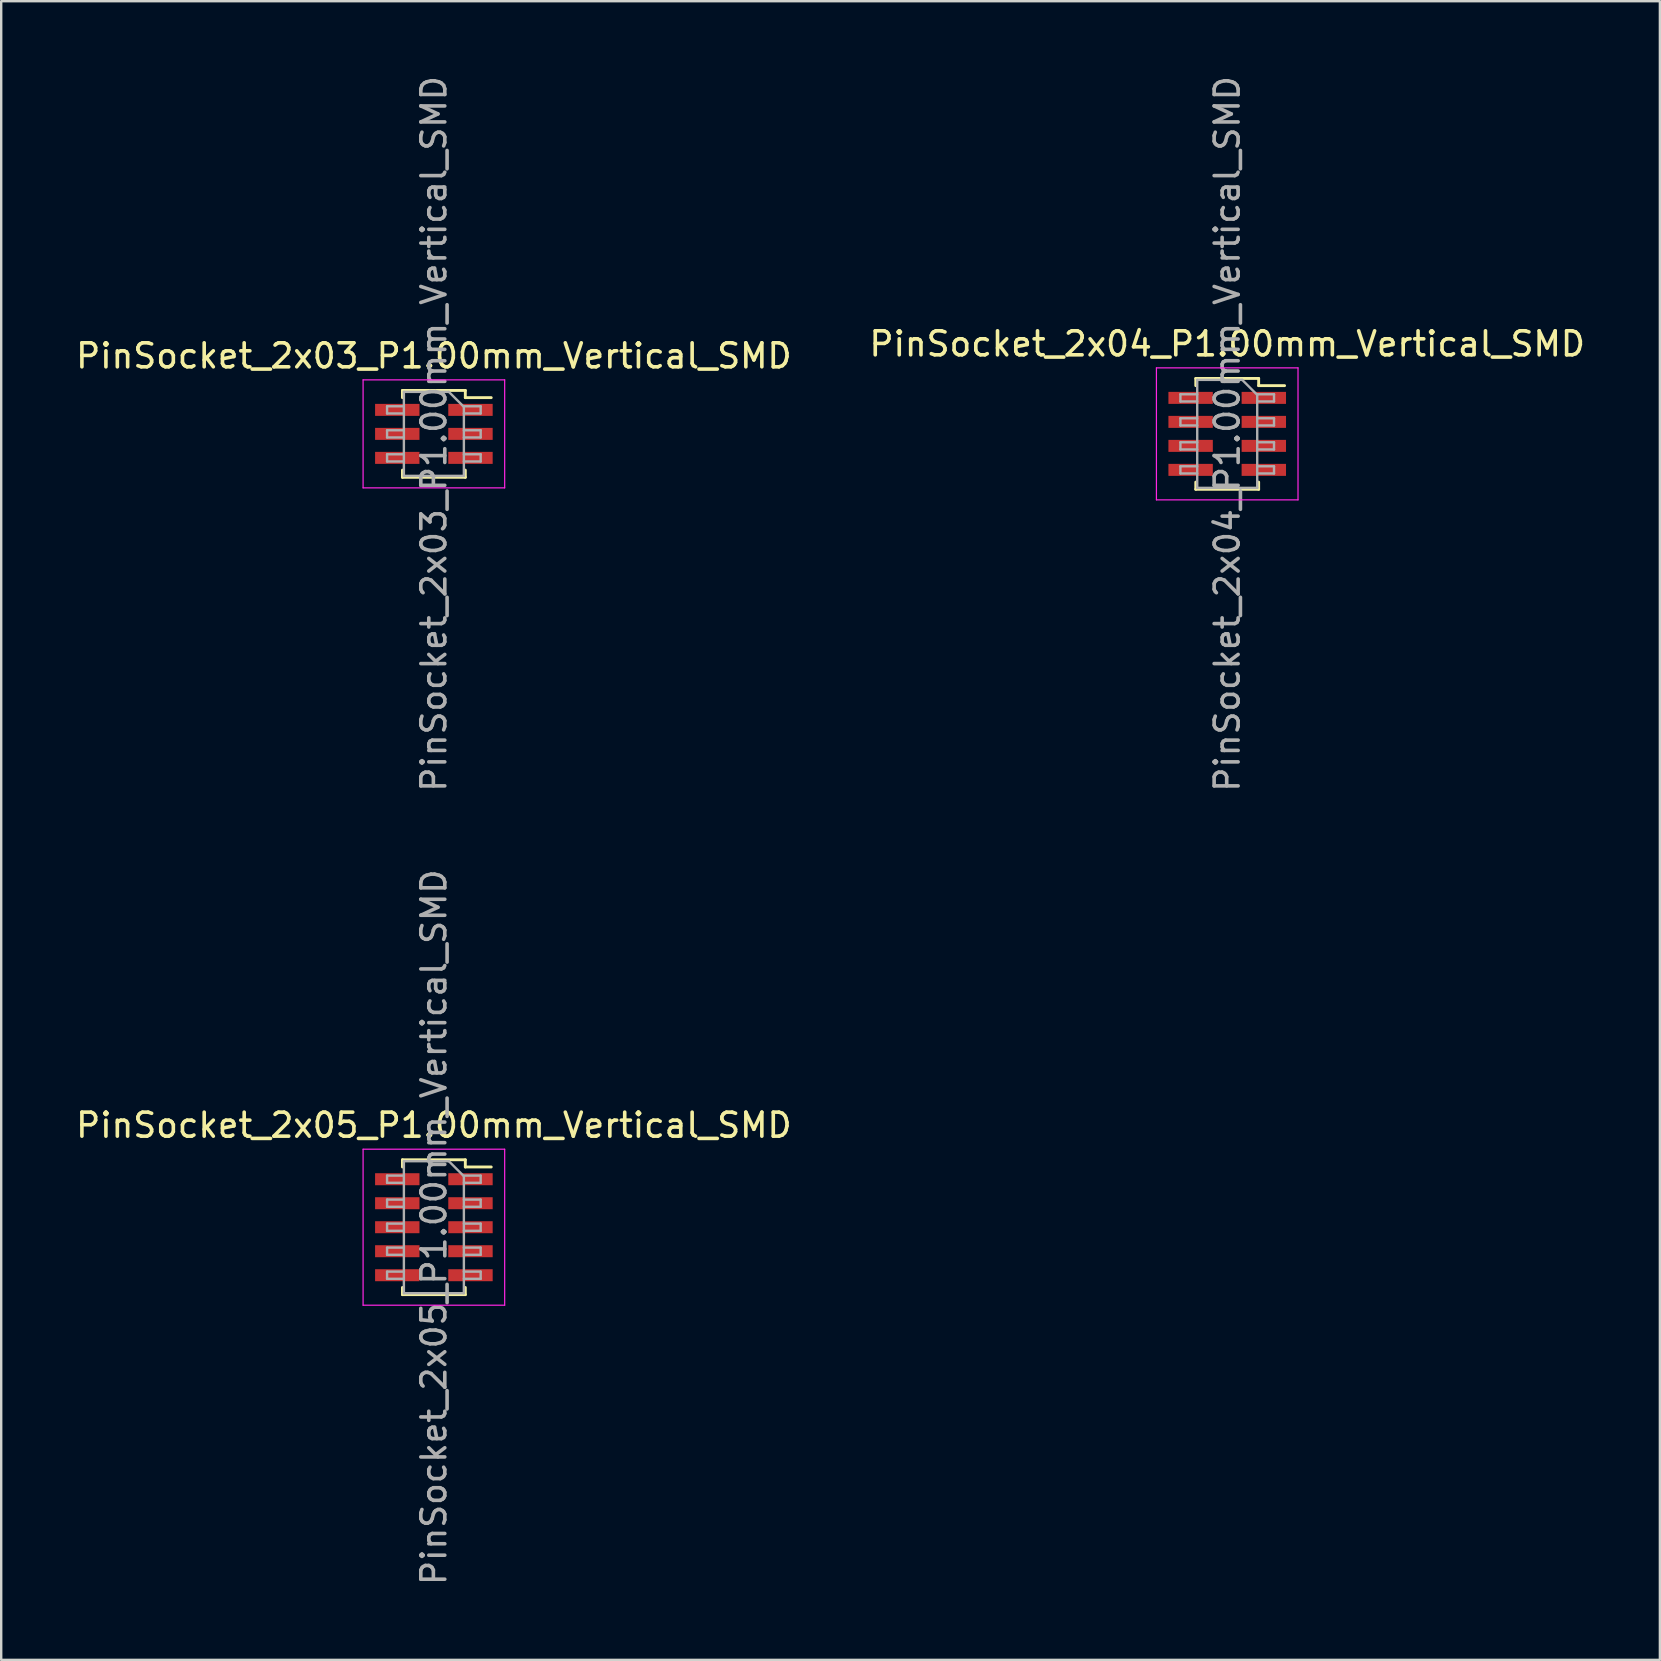
<source format=kicad_pcb>
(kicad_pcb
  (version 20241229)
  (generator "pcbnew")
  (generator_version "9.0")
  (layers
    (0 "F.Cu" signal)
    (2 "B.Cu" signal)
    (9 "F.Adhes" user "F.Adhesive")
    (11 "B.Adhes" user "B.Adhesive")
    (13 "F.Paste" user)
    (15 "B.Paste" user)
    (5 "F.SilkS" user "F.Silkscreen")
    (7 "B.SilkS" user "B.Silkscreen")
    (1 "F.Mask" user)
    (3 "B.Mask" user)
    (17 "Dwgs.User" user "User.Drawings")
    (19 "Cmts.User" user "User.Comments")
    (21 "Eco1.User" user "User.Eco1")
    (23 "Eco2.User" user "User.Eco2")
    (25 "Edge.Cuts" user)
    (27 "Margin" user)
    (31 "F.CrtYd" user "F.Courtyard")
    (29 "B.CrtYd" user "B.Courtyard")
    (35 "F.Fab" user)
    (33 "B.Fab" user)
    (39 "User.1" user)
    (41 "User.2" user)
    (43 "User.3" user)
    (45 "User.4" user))
  (footprint "PinSocket_2x05_P1.00mm_Vertical_SMD"
    (layer "F.Cu")
    (at 15.03 48.089)
    (property "Reference" "PinSocket_2x05_P1.00mm_Vertical_SMD" (at 0 -4.25 0) (layer "F.SilkS") (effects (font (size 1 1) (thickness 0.15))))
    (attr smd)
    (fp_line (start -1.31 -2.81) (end -1.31 -2.51) (stroke (width 0.12) (type solid)) (layer "F.SilkS"))
    (fp_line (start -1.31 -2.81) (end 1.31 -2.81) (stroke (width 0.12) (type solid)) (layer "F.SilkS"))
    (fp_line (start -1.31 2.51) (end -1.31 2.81) (stroke (width 0.12) (type solid)) (layer "F.SilkS"))
    (fp_line (start -1.31 2.81) (end 1.31 2.81) (stroke (width 0.12) (type solid)) (layer "F.SilkS"))
    (fp_line (start 1.31 -2.81) (end 1.31 -2.51) (stroke (width 0.12) (type solid)) (layer "F.SilkS"))
    (fp_line (start 1.31 -2.51) (end 2.39 -2.51) (stroke (width 0.12) (type solid)) (layer "F.SilkS"))
    (fp_line (start 1.31 2.51) (end 1.31 2.81) (stroke (width 0.12) (type solid)) (layer "F.SilkS"))
    (fp_line (start -2.95 -3.25) (end 2.95 -3.25) (stroke (width 0.05) (type solid)) (layer "F.CrtYd"))
    (fp_line (start -2.95 3.25) (end -2.95 -3.25) (stroke (width 0.05) (type solid)) (layer "F.CrtYd"))
    (fp_line (start 2.95 -3.25) (end 2.95 3.25) (stroke (width 0.05) (type solid)) (layer "F.CrtYd"))
    (fp_line (start 2.95 3.25) (end -2.95 3.25) (stroke (width 0.05) (type solid)) (layer "F.CrtYd"))
    (fp_line (start -1.95 -2.15) (end -1.25 -2.15) (stroke (width 0.1) (type solid)) (layer "F.Fab"))
    (fp_line (start -1.95 -1.85) (end -1.95 -2.15) (stroke (width 0.1) (type solid)) (layer "F.Fab"))
    (fp_line (start -1.95 -1.15) (end -1.25 -1.15) (stroke (width 0.1) (type solid)) (layer "F.Fab"))
    (fp_line (start -1.95 -0.85) (end -1.95 -1.15) (stroke (width 0.1) (type solid)) (layer "F.Fab"))
    (fp_line (start -1.95 -0.15) (end -1.25 -0.15) (stroke (width 0.1) (type solid)) (layer "F.Fab"))
    (fp_line (start -1.95 0.15) (end -1.95 -0.15) (stroke (width 0.1) (type solid)) (layer "F.Fab"))
    (fp_line (start -1.95 0.85) (end -1.25 0.85) (stroke (width 0.1) (type solid)) (layer "F.Fab"))
    (fp_line (start -1.95 1.15) (end -1.95 0.85) (stroke (width 0.1) (type solid)) (layer "F.Fab"))
    (fp_line (start -1.95 1.85) (end -1.25 1.85) (stroke (width 0.1) (type solid)) (layer "F.Fab"))
    (fp_line (start -1.95 2.15) (end -1.95 1.85) (stroke (width 0.1) (type solid)) (layer "F.Fab"))
    (fp_line (start -1.25 -2.75) (end 0.625 -2.75) (stroke (width 0.1) (type solid)) (layer "F.Fab"))
    (fp_line (start -1.25 -1.85) (end -1.95 -1.85) (stroke (width 0.1) (type solid)) (layer "F.Fab"))
    (fp_line (start -1.25 -0.85) (end -1.95 -0.85) (stroke (width 0.1) (type solid)) (layer "F.Fab"))
    (fp_line (start -1.25 0.15) (end -1.95 0.15) (stroke (width 0.1) (type solid)) (layer "F.Fab"))
    (fp_line (start -1.25 1.15) (end -1.95 1.15) (stroke (width 0.1) (type solid)) (layer "F.Fab"))
    (fp_line (start -1.25 2.15) (end -1.95 2.15) (stroke (width 0.1) (type solid)) (layer "F.Fab"))
    (fp_line (start -1.25 2.75) (end -1.25 -2.75) (stroke (width 0.1) (type solid)) (layer "F.Fab"))
    (fp_line (start 0.625 -2.75) (end 1.25 -2.125) (stroke (width 0.1) (type solid)) (layer "F.Fab"))
    (fp_line (start 1.25 -2.15) (end 1.95 -2.15) (stroke (width 0.1) (type solid)) (layer "F.Fab"))
    (fp_line (start 1.25 -2.125) (end 1.25 2.75) (stroke (width 0.1) (type solid)) (layer "F.Fab"))
    (fp_line (start 1.25 -1.15) (end 1.95 -1.15) (stroke (width 0.1) (type solid)) (layer "F.Fab"))
    (fp_line (start 1.25 -0.15) (end 1.95 -0.15) (stroke (width 0.1) (type solid)) (layer "F.Fab"))
    (fp_line (start 1.25 0.85) (end 1.95 0.85) (stroke (width 0.1) (type solid)) (layer "F.Fab"))
    (fp_line (start 1.25 1.85) (end 1.95 1.85) (stroke (width 0.1) (type solid)) (layer "F.Fab"))
    (fp_line (start 1.25 2.75) (end -1.25 2.75) (stroke (width 0.1) (type solid)) (layer "F.Fab"))
    (fp_line (start 1.95 -2.15) (end 1.95 -1.85) (stroke (width 0.1) (type solid)) (layer "F.Fab"))
    (fp_line (start 1.95 -1.85) (end 1.25 -1.85) (stroke (width 0.1) (type solid)) (layer "F.Fab"))
    (fp_line (start 1.95 -1.15) (end 1.95 -0.85) (stroke (width 0.1) (type solid)) (layer "F.Fab"))
    (fp_line (start 1.95 -0.85) (end 1.25 -0.85) (stroke (width 0.1) (type solid)) (layer "F.Fab"))
    (fp_line (start 1.95 -0.15) (end 1.95 0.15) (stroke (width 0.1) (type solid)) (layer "F.Fab"))
    (fp_line (start 1.95 0.15) (end 1.25 0.15) (stroke (width 0.1) (type solid)) (layer "F.Fab"))
    (fp_line (start 1.95 0.85) (end 1.95 1.15) (stroke (width 0.1) (type solid)) (layer "F.Fab"))
    (fp_line (start 1.95 1.15) (end 1.25 1.15) (stroke (width 0.1) (type solid)) (layer "F.Fab"))
    (fp_line (start 1.95 1.85) (end 1.95 2.15) (stroke (width 0.1) (type solid)) (layer "F.Fab"))
    (fp_line (start 1.95 2.15) (end 1.25 2.15) (stroke (width 0.1) (type solid)) (layer "F.Fab"))
    (fp_text user "${REFERENCE}" (at 0 0 90) (layer "F.Fab") (effects (font (size 1 1) (thickness 0.15))))
    (pad "1" smd rect (at 1.525 -2) (size 1.85 0.5) (layers "F.Cu" "F.Mask" "F.Paste"))
    (pad "2" smd rect (at -1.525 -2) (size 1.85 0.5) (layers "F.Cu" "F.Mask" "F.Paste"))
    (pad "3" smd rect (at 1.525 -1) (size 1.85 0.5) (layers "F.Cu" "F.Mask" "F.Paste"))
    (pad "4" smd rect (at -1.525 -1) (size 1.85 0.5) (layers "F.Cu" "F.Mask" "F.Paste"))
    (pad "5" smd rect (at 1.525 0) (size 1.85 0.5) (layers "F.Cu" "F.Mask" "F.Paste"))
    (pad "6" smd rect (at -1.525 0) (size 1.85 0.5) (layers "F.Cu" "F.Mask" "F.Paste"))
    (pad "7" smd rect (at 1.525 1) (size 1.85 0.5) (layers "F.Cu" "F.Mask" "F.Paste"))
    (pad "8" smd rect (at -1.525 1) (size 1.85 0.5) (layers "F.Cu" "F.Mask" "F.Paste"))
    (pad "9" smd rect (at 1.525 2) (size 1.85 0.5) (layers "F.Cu" "F.Mask" "F.Paste"))
    (pad "10" smd rect (at -1.525 2) (size 1.85 0.5) (layers "F.Cu" "F.Mask" "F.Paste")))
  (footprint "PinSocket_2x03_P1.00mm_Vertical_SMD"
    (layer "F.Cu")
    (at 15.03 15.03)
    (property "Reference" "PinSocket_2x03_P1.00mm_Vertical_SMD" (at 0 -3.25 0) (layer "F.SilkS") (effects (font (size 1 1) (thickness 0.15))))
    (attr smd)
    (fp_line (start -1.31 -1.81) (end -1.31 -1.51) (stroke (width 0.12) (type solid)) (layer "F.SilkS"))
    (fp_line (start -1.31 -1.81) (end 1.31 -1.81) (stroke (width 0.12) (type solid)) (layer "F.SilkS"))
    (fp_line (start -1.31 1.51) (end -1.31 1.81) (stroke (width 0.12) (type solid)) (layer "F.SilkS"))
    (fp_line (start -1.31 1.81) (end 1.31 1.81) (stroke (width 0.12) (type solid)) (layer "F.SilkS"))
    (fp_line (start 1.31 -1.81) (end 1.31 -1.51) (stroke (width 0.12) (type solid)) (layer "F.SilkS"))
    (fp_line (start 1.31 -1.51) (end 2.39 -1.51) (stroke (width 0.12) (type solid)) (layer "F.SilkS"))
    (fp_line (start 1.31 1.51) (end 1.31 1.81) (stroke (width 0.12) (type solid)) (layer "F.SilkS"))
    (fp_line (start -2.95 -2.25) (end 2.95 -2.25) (stroke (width 0.05) (type solid)) (layer "F.CrtYd"))
    (fp_line (start -2.95 2.25) (end -2.95 -2.25) (stroke (width 0.05) (type solid)) (layer "F.CrtYd"))
    (fp_line (start 2.95 -2.25) (end 2.95 2.25) (stroke (width 0.05) (type solid)) (layer "F.CrtYd"))
    (fp_line (start 2.95 2.25) (end -2.95 2.25) (stroke (width 0.05) (type solid)) (layer "F.CrtYd"))
    (fp_line (start -1.95 -1.15) (end -1.25 -1.15) (stroke (width 0.1) (type solid)) (layer "F.Fab"))
    (fp_line (start -1.95 -0.85) (end -1.95 -1.15) (stroke (width 0.1) (type solid)) (layer "F.Fab"))
    (fp_line (start -1.95 -0.15) (end -1.25 -0.15) (stroke (width 0.1) (type solid)) (layer "F.Fab"))
    (fp_line (start -1.95 0.15) (end -1.95 -0.15) (stroke (width 0.1) (type solid)) (layer "F.Fab"))
    (fp_line (start -1.95 0.85) (end -1.25 0.85) (stroke (width 0.1) (type solid)) (layer "F.Fab"))
    (fp_line (start -1.95 1.15) (end -1.95 0.85) (stroke (width 0.1) (type solid)) (layer "F.Fab"))
    (fp_line (start -1.25 -1.75) (end 0.625 -1.75) (stroke (width 0.1) (type solid)) (layer "F.Fab"))
    (fp_line (start -1.25 -0.85) (end -1.95 -0.85) (stroke (width 0.1) (type solid)) (layer "F.Fab"))
    (fp_line (start -1.25 0.15) (end -1.95 0.15) (stroke (width 0.1) (type solid)) (layer "F.Fab"))
    (fp_line (start -1.25 1.15) (end -1.95 1.15) (stroke (width 0.1) (type solid)) (layer "F.Fab"))
    (fp_line (start -1.25 1.75) (end -1.25 -1.75) (stroke (width 0.1) (type solid)) (layer "F.Fab"))
    (fp_line (start 0.625 -1.75) (end 1.25 -1.125) (stroke (width 0.1) (type solid)) (layer "F.Fab"))
    (fp_line (start 1.25 -1.15) (end 1.95 -1.15) (stroke (width 0.1) (type solid)) (layer "F.Fab"))
    (fp_line (start 1.25 -1.125) (end 1.25 1.75) (stroke (width 0.1) (type solid)) (layer "F.Fab"))
    (fp_line (start 1.25 -0.15) (end 1.95 -0.15) (stroke (width 0.1) (type solid)) (layer "F.Fab"))
    (fp_line (start 1.25 0.85) (end 1.95 0.85) (stroke (width 0.1) (type solid)) (layer "F.Fab"))
    (fp_line (start 1.25 1.75) (end -1.25 1.75) (stroke (width 0.1) (type solid)) (layer "F.Fab"))
    (fp_line (start 1.95 -1.15) (end 1.95 -0.85) (stroke (width 0.1) (type solid)) (layer "F.Fab"))
    (fp_line (start 1.95 -0.85) (end 1.25 -0.85) (stroke (width 0.1) (type solid)) (layer "F.Fab"))
    (fp_line (start 1.95 -0.15) (end 1.95 0.15) (stroke (width 0.1) (type solid)) (layer "F.Fab"))
    (fp_line (start 1.95 0.15) (end 1.25 0.15) (stroke (width 0.1) (type solid)) (layer "F.Fab"))
    (fp_line (start 1.95 0.85) (end 1.95 1.15) (stroke (width 0.1) (type solid)) (layer "F.Fab"))
    (fp_line (start 1.95 1.15) (end 1.25 1.15) (stroke (width 0.1) (type solid)) (layer "F.Fab"))
    (fp_text user "${REFERENCE}" (at 0 0 90) (layer "F.Fab") (effects (font (size 1 1) (thickness 0.15))))
    (pad "1" smd rect (at 1.525 -1) (size 1.85 0.5) (layers "F.Cu" "F.Mask" "F.Paste"))
    (pad "2" smd rect (at -1.525 -1) (size 1.85 0.5) (layers "F.Cu" "F.Mask" "F.Paste"))
    (pad "3" smd rect (at 1.525 0) (size 1.85 0.5) (layers "F.Cu" "F.Mask" "F.Paste"))
    (pad "4" smd rect (at -1.525 0) (size 1.85 0.5) (layers "F.Cu" "F.Mask" "F.Paste"))
    (pad "5" smd rect (at 1.525 1) (size 1.85 0.5) (layers "F.Cu" "F.Mask" "F.Paste"))
    (pad "6" smd rect (at -1.525 1) (size 1.85 0.5) (layers "F.Cu" "F.Mask" "F.Paste")))
  (footprint "PinSocket_2x04_P1.00mm_Vertical_SMD"
    (layer "F.Cu")
    (at 48.089 15.03)
    (property "Reference" "PinSocket_2x04_P1.00mm_Vertical_SMD" (at 0 -3.75 0) (layer "F.SilkS") (effects (font (size 1 1) (thickness 0.15))))
    (attr smd)
    (fp_line (start -1.31 -2.31) (end -1.31 -2.01) (stroke (width 0.12) (type solid)) (layer "F.SilkS"))
    (fp_line (start -1.31 -2.31) (end 1.31 -2.31) (stroke (width 0.12) (type solid)) (layer "F.SilkS"))
    (fp_line (start -1.31 2.01) (end -1.31 2.31) (stroke (width 0.12) (type solid)) (layer "F.SilkS"))
    (fp_line (start -1.31 2.31) (end 1.31 2.31) (stroke (width 0.12) (type solid)) (layer "F.SilkS"))
    (fp_line (start 1.31 -2.31) (end 1.31 -2.01) (stroke (width 0.12) (type solid)) (layer "F.SilkS"))
    (fp_line (start 1.31 -2.01) (end 2.39 -2.01) (stroke (width 0.12) (type solid)) (layer "F.SilkS"))
    (fp_line (start 1.31 2.01) (end 1.31 2.31) (stroke (width 0.12) (type solid)) (layer "F.SilkS"))
    (fp_line (start -2.95 -2.75) (end 2.95 -2.75) (stroke (width 0.05) (type solid)) (layer "F.CrtYd"))
    (fp_line (start -2.95 2.75) (end -2.95 -2.75) (stroke (width 0.05) (type solid)) (layer "F.CrtYd"))
    (fp_line (start 2.95 -2.75) (end 2.95 2.75) (stroke (width 0.05) (type solid)) (layer "F.CrtYd"))
    (fp_line (start 2.95 2.75) (end -2.95 2.75) (stroke (width 0.05) (type solid)) (layer "F.CrtYd"))
    (fp_line (start -1.95 -1.65) (end -1.25 -1.65) (stroke (width 0.1) (type solid)) (layer "F.Fab"))
    (fp_line (start -1.95 -1.35) (end -1.95 -1.65) (stroke (width 0.1) (type solid)) (layer "F.Fab"))
    (fp_line (start -1.95 -0.65) (end -1.25 -0.65) (stroke (width 0.1) (type solid)) (layer "F.Fab"))
    (fp_line (start -1.95 -0.35) (end -1.95 -0.65) (stroke (width 0.1) (type solid)) (layer "F.Fab"))
    (fp_line (start -1.95 0.35) (end -1.25 0.35) (stroke (width 0.1) (type solid)) (layer "F.Fab"))
    (fp_line (start -1.95 0.65) (end -1.95 0.35) (stroke (width 0.1) (type solid)) (layer "F.Fab"))
    (fp_line (start -1.95 1.35) (end -1.25 1.35) (stroke (width 0.1) (type solid)) (layer "F.Fab"))
    (fp_line (start -1.95 1.65) (end -1.95 1.35) (stroke (width 0.1) (type solid)) (layer "F.Fab"))
    (fp_line (start -1.25 -2.25) (end 0.625 -2.25) (stroke (width 0.1) (type solid)) (layer "F.Fab"))
    (fp_line (start -1.25 -1.35) (end -1.95 -1.35) (stroke (width 0.1) (type solid)) (layer "F.Fab"))
    (fp_line (start -1.25 -0.35) (end -1.95 -0.35) (stroke (width 0.1) (type solid)) (layer "F.Fab"))
    (fp_line (start -1.25 0.65) (end -1.95 0.65) (stroke (width 0.1) (type solid)) (layer "F.Fab"))
    (fp_line (start -1.25 1.65) (end -1.95 1.65) (stroke (width 0.1) (type solid)) (layer "F.Fab"))
    (fp_line (start -1.25 2.25) (end -1.25 -2.25) (stroke (width 0.1) (type solid)) (layer "F.Fab"))
    (fp_line (start 0.625 -2.25) (end 1.25 -1.625) (stroke (width 0.1) (type solid)) (layer "F.Fab"))
    (fp_line (start 1.25 -1.65) (end 1.95 -1.65) (stroke (width 0.1) (type solid)) (layer "F.Fab"))
    (fp_line (start 1.25 -1.625) (end 1.25 2.25) (stroke (width 0.1) (type solid)) (layer "F.Fab"))
    (fp_line (start 1.25 -0.65) (end 1.95 -0.65) (stroke (width 0.1) (type solid)) (layer "F.Fab"))
    (fp_line (start 1.25 0.35) (end 1.95 0.35) (stroke (width 0.1) (type solid)) (layer "F.Fab"))
    (fp_line (start 1.25 1.35) (end 1.95 1.35) (stroke (width 0.1) (type solid)) (layer "F.Fab"))
    (fp_line (start 1.25 2.25) (end -1.25 2.25) (stroke (width 0.1) (type solid)) (layer "F.Fab"))
    (fp_line (start 1.95 -1.65) (end 1.95 -1.35) (stroke (width 0.1) (type solid)) (layer "F.Fab"))
    (fp_line (start 1.95 -1.35) (end 1.25 -1.35) (stroke (width 0.1) (type solid)) (layer "F.Fab"))
    (fp_line (start 1.95 -0.65) (end 1.95 -0.35) (stroke (width 0.1) (type solid)) (layer "F.Fab"))
    (fp_line (start 1.95 -0.35) (end 1.25 -0.35) (stroke (width 0.1) (type solid)) (layer "F.Fab"))
    (fp_line (start 1.95 0.35) (end 1.95 0.65) (stroke (width 0.1) (type solid)) (layer "F.Fab"))
    (fp_line (start 1.95 0.65) (end 1.25 0.65) (stroke (width 0.1) (type solid)) (layer "F.Fab"))
    (fp_line (start 1.95 1.35) (end 1.95 1.65) (stroke (width 0.1) (type solid)) (layer "F.Fab"))
    (fp_line (start 1.95 1.65) (end 1.25 1.65) (stroke (width 0.1) (type solid)) (layer "F.Fab"))
    (fp_text user "${REFERENCE}" (at 0 0 90) (layer "F.Fab") (effects (font (size 1 1) (thickness 0.15))))
    (pad "1" smd rect (at 1.525 -1.5) (size 1.85 0.5) (layers "F.Cu" "F.Mask" "F.Paste"))
    (pad "2" smd rect (at -1.525 -1.5) (size 1.85 0.5) (layers "F.Cu" "F.Mask" "F.Paste"))
    (pad "3" smd rect (at 1.525 -0.5) (size 1.85 0.5) (layers "F.Cu" "F.Mask" "F.Paste"))
    (pad "4" smd rect (at -1.525 -0.5) (size 1.85 0.5) (layers "F.Cu" "F.Mask" "F.Paste"))
    (pad "5" smd rect (at 1.525 0.5) (size 1.85 0.5) (layers "F.Cu" "F.Mask" "F.Paste"))
    (pad "6" smd rect (at -1.525 0.5) (size 1.85 0.5) (layers "F.Cu" "F.Mask" "F.Paste"))
    (pad "7" smd rect (at 1.525 1.5) (size 1.85 0.5) (layers "F.Cu" "F.Mask" "F.Paste"))
    (pad "8" smd rect (at -1.525 1.5) (size 1.85 0.5) (layers "F.Cu" "F.Mask" "F.Paste")))
  (gr_rect
    (start -3 -3)
    (end 66.119 66.119)
    (stroke (width 0.1) (type default))
    (fill no)
    (layer "Edge.Cuts")))
</source>
